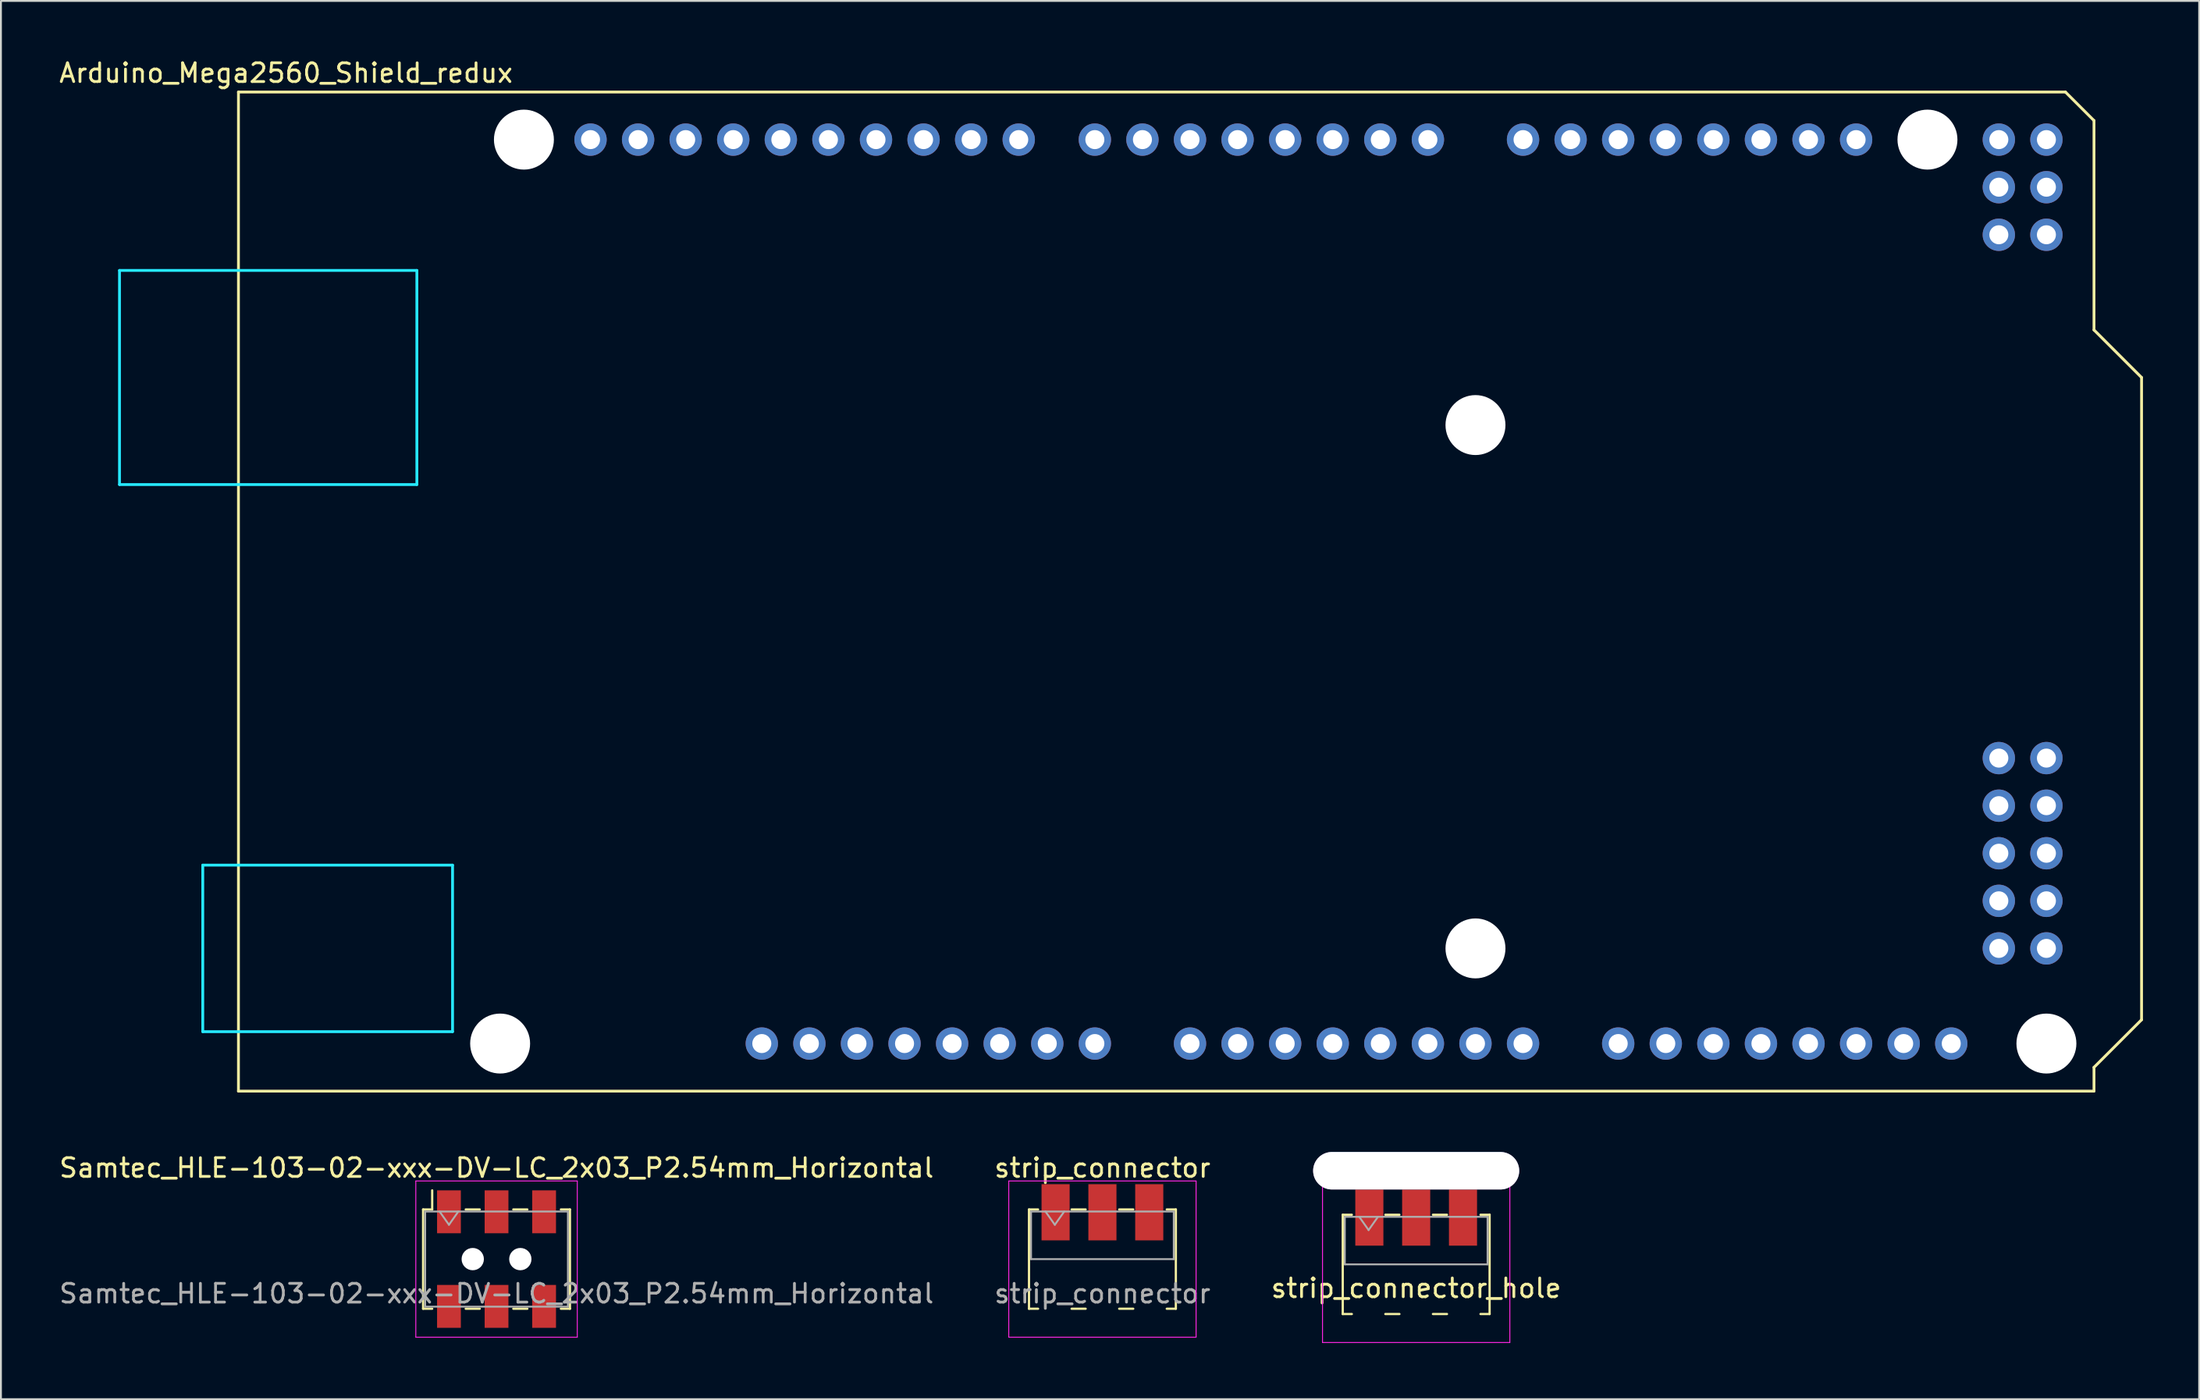
<source format=kicad_pcb>
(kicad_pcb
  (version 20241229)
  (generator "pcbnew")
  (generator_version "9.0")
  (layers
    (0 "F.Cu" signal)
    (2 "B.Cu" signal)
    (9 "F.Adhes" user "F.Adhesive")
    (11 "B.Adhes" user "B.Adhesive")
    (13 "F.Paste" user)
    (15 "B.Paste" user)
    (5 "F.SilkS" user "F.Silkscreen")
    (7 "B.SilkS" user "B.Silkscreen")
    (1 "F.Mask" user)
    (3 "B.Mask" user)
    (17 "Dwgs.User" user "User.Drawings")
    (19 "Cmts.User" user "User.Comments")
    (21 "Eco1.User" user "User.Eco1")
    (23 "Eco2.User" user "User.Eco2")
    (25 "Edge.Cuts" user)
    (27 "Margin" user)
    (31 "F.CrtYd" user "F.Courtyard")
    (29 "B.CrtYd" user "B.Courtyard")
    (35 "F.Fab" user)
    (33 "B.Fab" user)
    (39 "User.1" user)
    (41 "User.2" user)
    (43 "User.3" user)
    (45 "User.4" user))
  (footprint "Samtec_HLE-103-02-xxx-DV-LC_2x03_P2.54mm_Horizontal"
    (layer "F.Cu")
    (at 23.458 64.172)
    (property "Reference" "Samtec_HLE-103-02-xxx-DV-LC_2x03_P2.54mm_Horizontal" (at 0 -4.87 0) (layer "F.SilkS") (effects (font (size 1 1) (thickness 0.15))))
    (attr smd)
    (fp_line (start -3.92 -2.65) (end -3.92 2.65) (stroke (width 0.12) (type solid)) (layer "F.SilkS"))
    (fp_line (start -3.92 2.65) (end -3.435 2.65) (stroke (width 0.12) (type solid)) (layer "F.SilkS"))
    (fp_line (start -3.435 -3.67) (end -3.435 -2.65) (stroke (width 0.12) (type solid)) (layer "F.SilkS"))
    (fp_line (start -3.435 -2.65) (end -3.92 -2.65) (stroke (width 0.12) (type solid)) (layer "F.SilkS"))
    (fp_line (start -1.645 -2.65) (end -0.895 -2.65) (stroke (width 0.12) (type solid)) (layer "F.SilkS"))
    (fp_line (start -1.645 2.65) (end -0.895 2.65) (stroke (width 0.12) (type solid)) (layer "F.SilkS"))
    (fp_line (start 0.895 -2.65) (end 1.645 -2.65) (stroke (width 0.12) (type solid)) (layer "F.SilkS"))
    (fp_line (start 0.895 2.65) (end 1.645 2.65) (stroke (width 0.12) (type solid)) (layer "F.SilkS"))
    (fp_line (start 3.435 -2.65) (end 3.92 -2.65) (stroke (width 0.12) (type solid)) (layer "F.SilkS"))
    (fp_line (start 3.92 -2.65) (end 3.92 2.65) (stroke (width 0.12) (type solid)) (layer "F.SilkS"))
    (fp_line (start 3.92 2.65) (end 3.435 2.65) (stroke (width 0.12) (type solid)) (layer "F.SilkS"))
    (fp_line (start -4.31 -4.17) (end 4.31 -4.17) (stroke (width 0.05) (type solid)) (layer "F.CrtYd"))
    (fp_line (start -4.31 4.17) (end -4.31 -4.17) (stroke (width 0.05) (type solid)) (layer "F.CrtYd"))
    (fp_line (start 4.31 -4.17) (end 4.31 4.17) (stroke (width 0.05) (type solid)) (layer "F.CrtYd"))
    (fp_line (start 4.31 4.17) (end -4.31 4.17) (stroke (width 0.05) (type solid)) (layer "F.CrtYd"))
    (fp_line (start -3.81 -2.54) (end 3.81 -2.54) (stroke (width 0.1) (type solid)) (layer "F.Fab"))
    (fp_line (start -3.81 2.54) (end -3.81 -2.54) (stroke (width 0.1) (type solid)) (layer "F.Fab"))
    (fp_line (start -3.04 -2.54) (end -2.54 -1.833) (stroke (width 0.1) (type solid)) (layer "F.Fab"))
    (fp_line (start -2.54 -1.833) (end -2.04 -2.54) (stroke (width 0.1) (type solid)) (layer "F.Fab"))
    (fp_line (start 3.81 -2.54) (end 3.81 2.54) (stroke (width 0.1) (type solid)) (layer "F.Fab"))
    (fp_line (start 3.81 2.54) (end -3.81 2.54) (stroke (width 0.1) (type solid)) (layer "F.Fab"))
    (fp_text user "${REFERENCE}" (at 0 1.84 0) (layer "F.Fab") (effects (font (size 1 1) (thickness 0.15))))
    (pad "" np_thru_hole circle (at -1.27 0) (size 1.19 1.19) (drill 1.19) (layers "*.Cu" "*.Mask"))
    (pad "" np_thru_hole circle (at 1.27 0) (size 1.19 1.19) (drill 1.19) (layers "*.Cu" "*.Mask"))
    (pad "1" smd rect (at -2.54 -2.525) (size 1.27 2.29) (layers "F.Cu" "F.Mask" "F.Paste"))
    (pad "2" smd rect (at -2.54 2.525) (size 1.27 2.29) (layers "F.Cu" "F.Mask" "F.Paste"))
    (pad "3" smd rect (at 0 -2.525) (size 1.27 2.29) (layers "F.Cu" "F.Mask" "F.Paste"))
    (pad "4" smd rect (at 0 2.525) (size 1.27 2.29) (layers "F.Cu" "F.Mask" "F.Paste"))
    (pad "5" smd rect (at 2.54 -2.525) (size 1.27 2.29) (layers "F.Cu" "F.Mask" "F.Paste"))
    (pad "6" smd rect (at 2.54 2.525) (size 1.27 2.29) (layers "F.Cu" "F.Mask" "F.Paste")))
  (footprint "Arduino_Mega2560_Shield_redux"
    (layer "F.Cu")
    (at 9.68 55.204)
    (property "Reference" "Arduino_Mega2560_Shield_redux" (at 2.54 -54.356 0) (layer "F.SilkS") (effects (font (size 1 1) (thickness 0.15))))
    (attr through_hole)
    (fp_line (start 0 -53.34) (end 0 0) (stroke (width 0.15) (type solid)) (layer "F.SilkS"))
    (fp_line (start 0 -53.34) (end 97.536 -53.34) (stroke (width 0.15) (type solid)) (layer "F.SilkS"))
    (fp_line (start 0 0) (end 99.06 0) (stroke (width 0.15) (type solid)) (layer "F.SilkS"))
    (fp_line (start 97.536 -53.34) (end 99.06 -51.816) (stroke (width 0.15) (type solid)) (layer "F.SilkS"))
    (fp_line (start 99.06 -40.64) (end 99.06 -51.816) (stroke (width 0.15) (type solid)) (layer "F.SilkS"))
    (fp_line (start 99.06 -1.27) (end 101.6 -3.81) (stroke (width 0.15) (type solid)) (layer "F.SilkS"))
    (fp_line (start 99.06 0) (end 99.06 -1.27) (stroke (width 0.15) (type solid)) (layer "F.SilkS"))
    (fp_line (start 101.6 -38.1) (end 99.06 -40.64) (stroke (width 0.15) (type solid)) (layer "F.SilkS"))
    (fp_line (start 101.6 -3.81) (end 101.6 -38.1) (stroke (width 0.15) (type solid)) (layer "F.SilkS"))
    (fp_line (start -6.35 -43.815) (end -6.35 -32.385) (stroke (width 0.15) (type solid)) (layer "B.CrtYd"))
    (fp_line (start -1.905 -12.065) (end -1.905 -3.175) (stroke (width 0.15) (type solid)) (layer "B.CrtYd"))
    (fp_line (start -1.905 -12.065) (end 11.43 -12.065) (stroke (width 0.15) (type solid)) (layer "B.CrtYd"))
    (fp_line (start -1.905 -3.175) (end 11.43 -3.175) (stroke (width 0.15) (type solid)) (layer "B.CrtYd"))
    (fp_line (start 9.525 -43.815) (end -6.35 -43.815) (stroke (width 0.15) (type solid)) (layer "B.CrtYd"))
    (fp_line (start 9.525 -43.815) (end 9.525 -32.385) (stroke (width 0.15) (type solid)) (layer "B.CrtYd"))
    (fp_line (start 9.525 -32.385) (end -6.35 -32.385) (stroke (width 0.15) (type solid)) (layer "B.CrtYd"))
    (fp_line (start 11.43 -12.065) (end 11.43 -3.175) (stroke (width 0.15) (type solid)) (layer "B.CrtYd"))
    (pad "" np_thru_hole circle (at 13.97 -2.54) (size 3.2 3.2) (drill 3.2) (layers "*.Cu" "*.Mask"))
    (pad "" np_thru_hole circle (at 15.24 -50.8) (size 3.2 3.2) (drill 3.2) (layers "*.Cu" "*.Mask"))
    (pad "" thru_hole oval (at 27.94 -2.54) (size 1.727 1.727) (drill 1.016) (layers "*.Cu" "*.Mask"))
    (pad "" np_thru_hole circle (at 66.04 -35.56) (size 3.2 3.2) (drill 3.2) (layers "*.Cu" "*.Mask"))
    (pad "" np_thru_hole circle (at 66.04 -7.62) (size 3.2 3.2) (drill 3.2) (layers "*.Cu" "*.Mask"))
    (pad "" np_thru_hole circle (at 90.17 -50.8) (size 3.2 3.2) (drill 3.2) (layers "*.Cu" "*.Mask"))
    (pad "" np_thru_hole circle (at 96.52 -2.54) (size 3.2 3.2) (drill 3.2) (layers "*.Cu" "*.Mask"))
    (pad "3V3" thru_hole oval (at 35.56 -2.54) (size 1.727 1.727) (drill 1.016) (layers "*.Cu" "*.Mask"))
    (pad "5V1" thru_hole oval (at 38.1 -2.54) (size 1.727 1.727) (drill 1.016) (layers "*.Cu" "*.Mask"))
    (pad "5V3" thru_hole oval (at 93.98 -50.8) (size 1.727 1.727) (drill 1.016) (layers "*.Cu" "*.Mask"))
    (pad "5V4" thru_hole oval (at 96.52 -50.8) (size 1.727 1.727) (drill 1.016) (layers "*.Cu" "*.Mask"))
    (pad "A0" thru_hole oval (at 50.8 -2.54) (size 1.727 1.727) (drill 1.016) (layers "*.Cu" "*.Mask"))
    (pad "A1" thru_hole oval (at 53.34 -2.54) (size 1.727 1.727) (drill 1.016) (layers "*.Cu" "*.Mask"))
    (pad "A2" thru_hole oval (at 55.88 -2.54) (size 1.727 1.727) (drill 1.016) (layers "*.Cu" "*.Mask"))
    (pad "A3" thru_hole oval (at 58.42 -2.54) (size 1.727 1.727) (drill 1.016) (layers "*.Cu" "*.Mask"))
    (pad "A4" thru_hole oval (at 60.96 -2.54) (size 1.727 1.727) (drill 1.016) (layers "*.Cu" "*.Mask"))
    (pad "A5" thru_hole oval (at 63.5 -2.54) (size 1.727 1.727) (drill 1.016) (layers "*.Cu" "*.Mask"))
    (pad "A6" thru_hole oval (at 66.04 -2.54) (size 1.727 1.727) (drill 1.016) (layers "*.Cu" "*.Mask"))
    (pad "A7" thru_hole oval (at 68.58 -2.54) (size 1.727 1.727) (drill 1.016) (layers "*.Cu" "*.Mask"))
    (pad "A8" thru_hole oval (at 73.66 -2.54) (size 1.727 1.727) (drill 1.016) (layers "*.Cu" "*.Mask"))
    (pad "A9" thru_hole oval (at 76.2 -2.54) (size 1.727 1.727) (drill 1.016) (layers "*.Cu" "*.Mask"))
    (pad "A10" thru_hole oval (at 78.74 -2.54) (size 1.727 1.727) (drill 1.016) (layers "*.Cu" "*.Mask"))
    (pad "A11" thru_hole oval (at 81.28 -2.54) (size 1.727 1.727) (drill 1.016) (layers "*.Cu" "*.Mask"))
    (pad "A12" thru_hole oval (at 83.82 -2.54) (size 1.727 1.727) (drill 1.016) (layers "*.Cu" "*.Mask"))
    (pad "A13" thru_hole oval (at 86.36 -2.54) (size 1.727 1.727) (drill 1.016) (layers "*.Cu" "*.Mask"))
    (pad "A14" thru_hole oval (at 88.9 -2.54) (size 1.727 1.727) (drill 1.016) (layers "*.Cu" "*.Mask"))
    (pad "A15" thru_hole oval (at 91.44 -2.54) (size 1.727 1.727) (drill 1.016) (layers "*.Cu" "*.Mask"))
    (pad "AREF" thru_hole oval (at 23.876 -50.8) (size 1.727 1.727) (drill 1.016) (layers "*.Cu" "*.Mask"))
    (pad "D0" thru_hole oval (at 63.5 -50.8) (size 1.727 1.727) (drill 1.016) (layers "*.Cu" "*.Mask"))
    (pad "D1" thru_hole oval (at 60.96 -50.8) (size 1.727 1.727) (drill 1.016) (layers "*.Cu" "*.Mask"))
    (pad "D2" thru_hole oval (at 58.42 -50.8) (size 1.727 1.727) (drill 1.016) (layers "*.Cu" "*.Mask"))
    (pad "D3" thru_hole oval (at 55.88 -50.8) (size 1.727 1.727) (drill 1.016) (layers "*.Cu" "*.Mask"))
    (pad "D4" thru_hole oval (at 53.34 -50.8) (size 1.727 1.727) (drill 1.016) (layers "*.Cu" "*.Mask"))
    (pad "D5" thru_hole oval (at 50.8 -50.8) (size 1.727 1.727) (drill 1.016) (layers "*.Cu" "*.Mask"))
    (pad "D6" thru_hole oval (at 48.26 -50.8) (size 1.727 1.727) (drill 1.016) (layers "*.Cu" "*.Mask"))
    (pad "D7" thru_hole oval (at 45.72 -50.8) (size 1.727 1.727) (drill 1.016) (layers "*.Cu" "*.Mask"))
    (pad "D8" thru_hole oval (at 41.656 -50.8) (size 1.727 1.727) (drill 1.016) (layers "*.Cu" "*.Mask"))
    (pad "D9" thru_hole oval (at 39.116 -50.8) (size 1.727 1.727) (drill 1.016) (layers "*.Cu" "*.Mask"))
    (pad "D10" thru_hole oval (at 36.576 -50.8) (size 1.727 1.727) (drill 1.016) (layers "*.Cu" "*.Mask"))
    (pad "D11" thru_hole oval (at 34.036 -50.8) (size 1.727 1.727) (drill 1.016) (layers "*.Cu" "*.Mask"))
    (pad "D12" thru_hole oval (at 31.496 -50.8) (size 1.727 1.727) (drill 1.016) (layers "*.Cu" "*.Mask"))
    (pad "D13" thru_hole oval (at 28.956 -50.8) (size 1.727 1.727) (drill 1.016) (layers "*.Cu" "*.Mask"))
    (pad "D14" thru_hole oval (at 68.58 -50.8) (size 1.727 1.727) (drill 1.016) (layers "*.Cu" "*.Mask"))
    (pad "D15" thru_hole oval (at 71.12 -50.8) (size 1.727 1.727) (drill 1.016) (layers "*.Cu" "*.Mask"))
    (pad "D16" thru_hole oval (at 73.66 -50.8) (size 1.727 1.727) (drill 1.016) (layers "*.Cu" "*.Mask"))
    (pad "D17" thru_hole oval (at 76.2 -50.8) (size 1.727 1.727) (drill 1.016) (layers "*.Cu" "*.Mask"))
    (pad "D18" thru_hole oval (at 78.74 -50.8) (size 1.727 1.727) (drill 1.016) (layers "*.Cu" "*.Mask"))
    (pad "D19" thru_hole oval (at 81.28 -50.8) (size 1.727 1.727) (drill 1.016) (layers "*.Cu" "*.Mask"))
    (pad "D20" thru_hole oval (at 83.82 -50.8) (size 1.727 1.727) (drill 1.016) (layers "*.Cu" "*.Mask"))
    (pad "D21" thru_hole oval (at 86.36 -50.8) (size 1.727 1.727) (drill 1.016) (layers "*.Cu" "*.Mask"))
    (pad "D22" thru_hole oval (at 93.98 -48.26) (size 1.727 1.727) (drill 1.016) (layers "*.Cu" "*.Mask"))
    (pad "D23" thru_hole oval (at 96.52 -48.26) (size 1.727 1.727) (drill 1.016) (layers "*.Cu" "*.Mask"))
    (pad "D24" thru_hole oval (at 93.98 -45.72) (size 1.727 1.727) (drill 1.016) (layers "*.Cu" "*.Mask"))
    (pad "D25" thru_hole oval (at 96.52 -45.72) (size 1.727 1.727) (drill 1.016) (layers "*.Cu" "*.Mask"))
    (pad "D46" thru_hole oval (at 93.98 -17.78) (size 1.727 1.727) (drill 1.016) (layers "*.Cu" "*.Mask"))
    (pad "D47" thru_hole oval (at 96.52 -17.78) (size 1.727 1.727) (drill 1.016) (layers "*.Cu" "*.Mask"))
    (pad "D48" thru_hole oval (at 93.98 -15.24) (size 1.727 1.727) (drill 1.016) (layers "*.Cu" "*.Mask"))
    (pad "D49" thru_hole oval (at 96.52 -15.24) (size 1.727 1.727) (drill 1.016) (layers "*.Cu" "*.Mask"))
    (pad "D50" thru_hole oval (at 93.98 -12.7) (size 1.727 1.727) (drill 1.016) (layers "*.Cu" "*.Mask"))
    (pad "D51" thru_hole oval (at 96.52 -12.7) (size 1.727 1.727) (drill 1.016) (layers "*.Cu" "*.Mask"))
    (pad "D52" thru_hole oval (at 93.98 -10.16) (size 1.727 1.727) (drill 1.016) (layers "*.Cu" "*.Mask"))
    (pad "D53" thru_hole oval (at 96.52 -10.16) (size 1.727 1.727) (drill 1.016) (layers "*.Cu" "*.Mask"))
    (pad "GND1" thru_hole oval (at 26.416 -50.8) (size 1.727 1.727) (drill 1.016) (layers "*.Cu" "*.Mask"))
    (pad "GND2" thru_hole oval (at 40.64 -2.54) (size 1.727 1.727) (drill 1.016) (layers "*.Cu" "*.Mask"))
    (pad "GND3" thru_hole oval (at 43.18 -2.54) (size 1.727 1.727) (drill 1.016) (layers "*.Cu" "*.Mask"))
    (pad "GND5" thru_hole oval (at 93.98 -7.62) (size 1.727 1.727) (drill 1.016) (layers "*.Cu" "*.Mask"))
    (pad "GND6" thru_hole oval (at 96.52 -7.62) (size 1.727 1.727) (drill 1.016) (layers "*.Cu" "*.Mask"))
    (pad "IORF" thru_hole oval (at 30.48 -2.54) (size 1.727 1.727) (drill 1.016) (layers "*.Cu" "*.Mask"))
    (pad "RST1" thru_hole oval (at 33.02 -2.54) (size 1.727 1.727) (drill 1.016) (layers "*.Cu" "*.Mask"))
    (pad "SCL" thru_hole oval (at 18.796 -50.8) (size 1.727 1.727) (drill 1.016) (layers "*.Cu" "*.Mask"))
    (pad "SDA" thru_hole oval (at 21.336 -50.8) (size 1.727 1.727) (drill 1.016) (layers "*.Cu" "*.Mask"))
    (pad "VIN" thru_hole oval (at 45.72 -2.54) (size 1.727 1.727) (drill 1.016) (layers "*.Cu" "*.Mask")))
  (footprint "strip_connector_hole"
    (layer "F.Cu")
    (at 72.554 64.454)
    (property "Reference" "strip_connector_hole" (at 0 1.27 0) (layer "F.SilkS") (effects (font (size 1 1) (thickness 0.15))))
    (attr smd)
    (fp_line (start -3.92 -2.65) (end -3.92 2.65) (stroke (width 0.12) (type solid)) (layer "F.SilkS"))
    (fp_line (start -3.92 2.65) (end -3.435 2.65) (stroke (width 0.12) (type solid)) (layer "F.SilkS"))
    (fp_line (start -3.435 -2.65) (end -3.92 -2.65) (stroke (width 0.12) (type solid)) (layer "F.SilkS"))
    (fp_line (start -1.645 -2.65) (end -0.895 -2.65) (stroke (width 0.12) (type solid)) (layer "F.SilkS"))
    (fp_line (start -1.645 2.65) (end -0.895 2.65) (stroke (width 0.12) (type solid)) (layer "F.SilkS"))
    (fp_line (start 0.895 -2.65) (end 1.645 -2.65) (stroke (width 0.12) (type solid)) (layer "F.SilkS"))
    (fp_line (start 0.895 2.65) (end 1.645 2.65) (stroke (width 0.12) (type solid)) (layer "F.SilkS"))
    (fp_line (start 3.435 -2.65) (end 3.92 -2.65) (stroke (width 0.12) (type solid)) (layer "F.SilkS"))
    (fp_line (start 3.92 -2.65) (end 3.92 2.65) (stroke (width 0.12) (type solid)) (layer "F.SilkS"))
    (fp_line (start 3.92 2.65) (end 3.435 2.65) (stroke (width 0.12) (type solid)) (layer "F.SilkS"))
    (fp_line (start -5 4.17) (end -5 -4.17) (stroke (width 0.05) (type solid)) (layer "F.CrtYd"))
    (fp_line (start -5 4.17) (end 5 4.17) (stroke (width 0.05) (type solid)) (layer "F.CrtYd"))
    (fp_line (start 5 -4.17) (end 5 4.17) (stroke (width 0.05) (type solid)) (layer "F.CrtYd"))
    (fp_line (start -3.81 -2.54) (end 3.81 -2.54) (stroke (width 0.1) (type solid)) (layer "F.Fab"))
    (fp_line (start -3.81 0) (end -3.81 -2.54) (stroke (width 0.1) (type solid)) (layer "F.Fab"))
    (fp_line (start -3.04 -2.54) (end -2.54 -1.833) (stroke (width 0.1) (type solid)) (layer "F.Fab"))
    (fp_line (start -2.54 -1.833) (end -2.04 -2.54) (stroke (width 0.1) (type solid)) (layer "F.Fab"))
    (fp_line (start 3.81 -2.54) (end 3.81 0) (stroke (width 0.1) (type solid)) (layer "F.Fab"))
    (fp_line (start 3.81 0) (end -3.81 0) (stroke (width 0.1) (type solid)) (layer "F.Fab"))
    (pad "" thru_hole oval (at 0 -5) (size 11 2) (drill oval 11 2) (layers "*.Cu"))
    (pad "1" smd rect (at -2.5 -2.5) (size 1.5 3) (layers "F.Cu" "F.Mask" "F.Paste"))
    (pad "2" smd rect (at 0 -2.5) (size 1.5 3) (layers "F.Cu" "F.Mask" "F.Paste"))
    (pad "3" smd rect (at 2.5 -2.5) (size 1.5 3) (layers "F.Cu" "F.Mask" "F.Paste")))
  (footprint "strip_connector"
    (layer "F.Cu")
    (at 55.804 64.172)
    (property "Reference" "strip_connector" (at 0 -4.87 0) (layer "F.SilkS") (effects (font (size 1 1) (thickness 0.15))))
    (attr smd)
    (fp_line (start -3.92 -2.65) (end -3.92 2.65) (stroke (width 0.12) (type solid)) (layer "F.SilkS"))
    (fp_line (start -3.92 2.65) (end -3.435 2.65) (stroke (width 0.12) (type solid)) (layer "F.SilkS"))
    (fp_line (start -3.435 -2.65) (end -3.92 -2.65) (stroke (width 0.12) (type solid)) (layer "F.SilkS"))
    (fp_line (start -1.645 -2.65) (end -0.895 -2.65) (stroke (width 0.12) (type solid)) (layer "F.SilkS"))
    (fp_line (start -1.645 2.65) (end -0.895 2.65) (stroke (width 0.12) (type solid)) (layer "F.SilkS"))
    (fp_line (start 0.895 -2.65) (end 1.645 -2.65) (stroke (width 0.12) (type solid)) (layer "F.SilkS"))
    (fp_line (start 0.895 2.65) (end 1.645 2.65) (stroke (width 0.12) (type solid)) (layer "F.SilkS"))
    (fp_line (start 3.435 -2.65) (end 3.92 -2.65) (stroke (width 0.12) (type solid)) (layer "F.SilkS"))
    (fp_line (start 3.92 -2.65) (end 3.92 2.65) (stroke (width 0.12) (type solid)) (layer "F.SilkS"))
    (fp_line (start 3.92 2.65) (end 3.435 2.65) (stroke (width 0.12) (type solid)) (layer "F.SilkS"))
    (fp_line (start -5 -4.17) (end 5 -4.17) (stroke (width 0.05) (type solid)) (layer "F.CrtYd"))
    (fp_line (start -5 4.17) (end -5 -4.17) (stroke (width 0.05) (type solid)) (layer "F.CrtYd"))
    (fp_line (start -5 4.17) (end 5 4.17) (stroke (width 0.05) (type solid)) (layer "F.CrtYd"))
    (fp_line (start 5 -4.17) (end 5 4.17) (stroke (width 0.05) (type solid)) (layer "F.CrtYd"))
    (fp_line (start -3.81 -2.54) (end 3.81 -2.54) (stroke (width 0.1) (type solid)) (layer "F.Fab"))
    (fp_line (start -3.81 0) (end -3.81 -2.54) (stroke (width 0.1) (type solid)) (layer "F.Fab"))
    (fp_line (start -3.04 -2.54) (end -2.54 -1.833) (stroke (width 0.1) (type solid)) (layer "F.Fab"))
    (fp_line (start -2.54 -1.833) (end -2.04 -2.54) (stroke (width 0.1) (type solid)) (layer "F.Fab"))
    (fp_line (start 3.81 -2.54) (end 3.81 0) (stroke (width 0.1) (type solid)) (layer "F.Fab"))
    (fp_line (start 3.81 0) (end -3.81 0) (stroke (width 0.1) (type solid)) (layer "F.Fab"))
    (fp_text user "${REFERENCE}" (at 0 1.84 0) (layer "F.Fab") (effects (font (size 1 1) (thickness 0.15))))
    (pad "1" smd rect (at -2.5 -2.5) (size 1.5 3) (layers "F.Cu" "F.Mask" "F.Paste"))
    (pad "2" smd rect (at 0 -2.5) (size 1.5 3) (layers "F.Cu" "F.Mask" "F.Paste"))
    (pad "3" smd rect (at 2.5 -2.5) (size 1.5 3) (layers "F.Cu" "F.Mask" "F.Paste")))
  (gr_rect
    (start -3 -3)
    (end 114.355 71.649)
    (stroke (width 0.1) (type default))
    (fill no)
    (layer "Edge.Cuts")))
</source>
